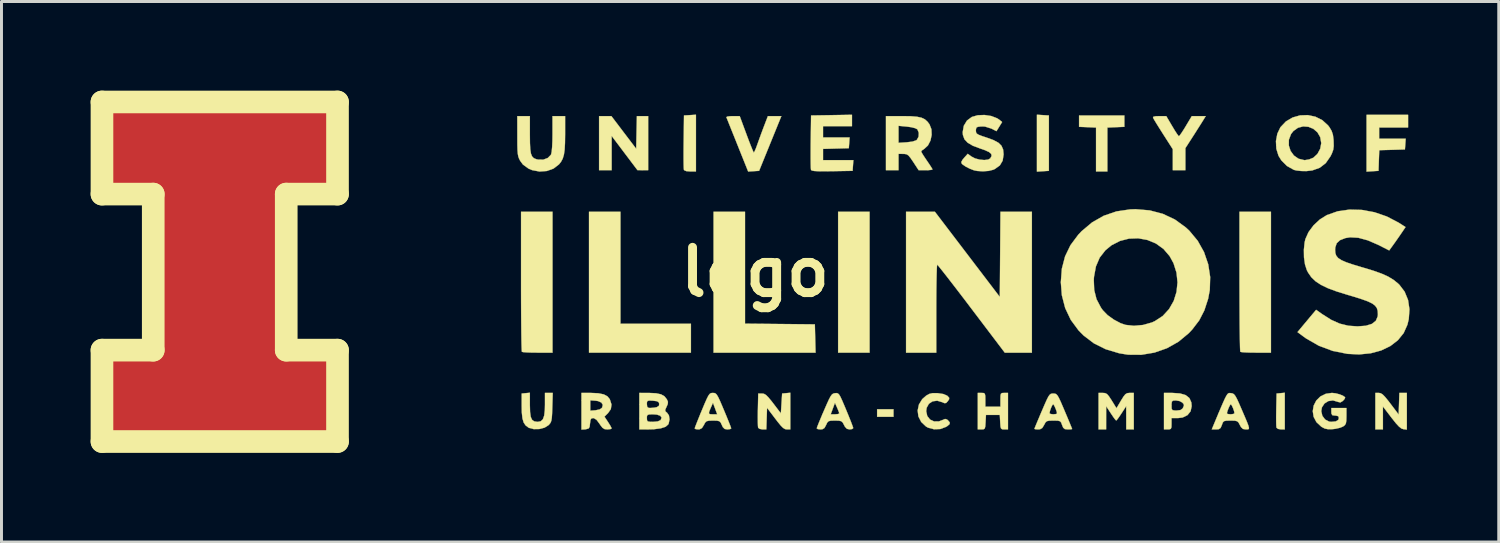
<source format=kicad_pcb>
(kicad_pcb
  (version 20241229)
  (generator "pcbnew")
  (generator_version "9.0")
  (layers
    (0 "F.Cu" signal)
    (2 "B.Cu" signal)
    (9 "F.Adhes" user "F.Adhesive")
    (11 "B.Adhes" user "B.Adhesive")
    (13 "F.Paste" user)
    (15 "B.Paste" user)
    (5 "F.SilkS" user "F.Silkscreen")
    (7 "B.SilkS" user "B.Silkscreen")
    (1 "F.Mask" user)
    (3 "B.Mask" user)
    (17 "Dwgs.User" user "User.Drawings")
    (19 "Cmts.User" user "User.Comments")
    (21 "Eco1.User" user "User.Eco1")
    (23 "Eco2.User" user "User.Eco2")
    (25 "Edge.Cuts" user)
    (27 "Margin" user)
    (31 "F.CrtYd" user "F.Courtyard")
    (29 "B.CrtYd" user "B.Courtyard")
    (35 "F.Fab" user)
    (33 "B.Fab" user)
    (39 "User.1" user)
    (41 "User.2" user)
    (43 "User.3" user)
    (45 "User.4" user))
  (footprint "logo"
    (layer "F.Cu")
    (at 22.356 6.106)
    (property "Reference" "logo" (at 0 0 0) (layer "F.SilkS") (effects (font (size 1.524 1.524) (thickness 0.3))))
    (attr through_hole)
    (fp_poly (pts (xy -14.055 -2.625) (xy -15.79 -2.625) (xy -15.79 2.625) (xy -14.055 2.625) (xy -14.055 5.715) (xy -21.971 5.715) (xy -21.971 2.625) (xy -20.235 2.625) (xy -20.235 -2.625) (xy -21.971 -2.625) (xy -21.971 -5.715) (xy -14.055 -5.715) (xy -14.055 -2.625)) (stroke (width 0.01) (type solid)) (fill yes) (layer "F.Cu"))
    (fp_poly (pts (xy -14.055 -2.625) (xy -15.79 -2.625) (xy -15.79 2.625) (xy -14.055 2.625) (xy -14.055 5.715) (xy -21.971 5.715) (xy -21.971 2.625) (xy -20.235 2.625) (xy -20.235 -2.625) (xy -21.971 -2.625) (xy -21.971 -5.715) (xy -14.055 -5.715) (xy -14.055 -2.625)) (stroke (width 0.01) (type solid)) (fill yes) (layer "F.Mask"))
    (fp_line (start -21.975 -5.725) (end -14.05 -5.725) (stroke (width 0.762) (type solid)) (layer "F.SilkS"))
    (fp_line (start -21.975 -2.625) (end -21.975 -5.725) (stroke (width 0.762) (type solid)) (layer "F.SilkS"))
    (fp_line (start -21.975 2.625) (end -20.25 2.625) (stroke (width 0.762) (type solid)) (layer "F.SilkS"))
    (fp_line (start -21.975 5.7) (end -21.975 2.625) (stroke (width 0.762) (type solid)) (layer "F.SilkS"))
    (fp_line (start -20.25 -2.625) (end -21.975 -2.625) (stroke (width 0.762) (type solid)) (layer "F.SilkS"))
    (fp_line (start -20.25 2.625) (end -20.25 -2.625) (stroke (width 0.762) (type solid)) (layer "F.SilkS"))
    (fp_line (start -15.775 -2.625) (end -15.775 2.625) (stroke (width 0.762) (type solid)) (layer "F.SilkS"))
    (fp_line (start -15.775 2.625) (end -14.05 2.625) (stroke (width 0.762) (type solid)) (layer "F.SilkS"))
    (fp_line (start -14.05 -5.725) (end -14.05 -2.625) (stroke (width 0.762) (type solid)) (layer "F.SilkS"))
    (fp_line (start -14.05 -2.625) (end -15.775 -2.625) (stroke (width 0.762) (type solid)) (layer "F.SilkS"))
    (fp_line (start -14.05 2.625) (end -14.05 5.7) (stroke (width 0.762) (type solid)) (layer "F.SilkS"))
    (fp_line (start -14.05 5.7) (end -21.975 5.7) (stroke (width 0.762) (type solid)) (layer "F.SilkS"))
    (fp_poly (pts (xy 3.852 2.709) (xy 2.794 2.709) (xy 2.794 -2.032) (xy 3.852 -2.032) (xy 3.852 2.709)) (stroke (width 0.01) (type solid)) (fill yes) (layer "F.SilkS"))
    (fp_poly (pts (xy 4.657 4.868) (xy 4.106 4.868) (xy 4.106 4.614) (xy 4.657 4.614) (xy 4.657 4.868)) (stroke (width 0.01) (type solid)) (fill yes) (layer "F.SilkS"))
    (fp_poly (pts (xy -4.53 1.736) (xy -2.159 1.736) (xy -2.159 2.709) (xy -5.588 2.709) (xy -5.588 -2.032) (xy -4.53 -2.032) (xy -4.53 1.736)) (stroke (width 0.01) (type solid)) (fill yes) (layer "F.SilkS"))
    (fp_poly (pts (xy 9.684 -5.283) (xy 9.885 -5.271) (xy 9.885 -3.408) (xy 9.684 -3.395) (xy 9.483 -3.382) (xy 9.483 -5.296) (xy 9.684 -5.283)) (stroke (width 0.01) (type solid)) (fill yes) (layer "F.SilkS"))
    (fp_poly (pts (xy -0.339 1.734) (xy 2.011 1.757) (xy 2.023 2.233) (xy 2.035 2.709) (xy -1.397 2.709) (xy -1.397 -2.032) (xy -0.339 -2.032) (xy -0.339 1.734)) (stroke (width 0.01) (type solid)) (fill yes) (layer "F.SilkS"))
    (fp_poly (pts (xy 12.425 -4.889) (xy 12.139 -4.877) (xy 11.853 -4.864) (xy 11.853 -3.387) (xy 11.472 -3.387) (xy 11.472 -4.864) (xy 11.187 -4.877) (xy 10.901 -4.889) (xy 10.901 -5.271) (xy 12.425 -5.271) (xy 12.425 -4.889)) (stroke (width 0.01) (type solid)) (fill yes) (layer "F.SilkS"))
    (fp_poly (pts (xy 17.822 5.292) (xy 17.694 5.292) (xy 17.597 5.275) (xy 17.545 5.237) (xy 17.537 5.175) (xy 17.533 5.047) (xy 17.532 4.87) (xy 17.535 4.663) (xy 17.535 4.633) (xy 17.547 4.085) (xy 17.685 4.072) (xy 17.822 4.059) (xy 17.822 5.292)) (stroke (width 0.01) (type solid)) (fill yes) (layer "F.SilkS"))
    (fp_poly (pts (xy 21.971 -4.868) (xy 20.997 -4.868) (xy 20.997 -4.487) (xy 21.891 -4.487) (xy 21.878 -4.307) (xy 21.865 -4.128) (xy 21.433 -4.115) (xy 21.001 -4.103) (xy 20.988 -3.756) (xy 20.976 -3.408) (xy 20.574 -3.382) (xy 20.574 -5.292) (xy 21.971 -5.292) (xy 21.971 -4.868)) (stroke (width 0.01) (type solid)) (fill yes) (layer "F.SilkS"))
    (fp_poly (pts (xy -4.418 -4.7) (xy -4 -4.15) (xy -3.989 -4.7) (xy -3.977 -5.249) (xy -3.598 -5.249) (xy -3.598 -3.429) (xy -3.778 -3.43) (xy -3.958 -3.432) (xy -4.392 -4.007) (xy -4.826 -4.583) (xy -4.826 -3.429) (xy -5.249 -3.429) (xy -5.249 -5.249) (xy -4.835 -5.249) (xy -4.418 -4.7)) (stroke (width 0.01) (type solid)) (fill yes) (layer "F.SilkS"))
    (fp_poly (pts (xy -1.99 -3.387) (xy -2.181 -3.387) (xy -2.314 -3.398) (xy -2.387 -3.43) (xy -2.394 -3.441) (xy -2.4 -3.498) (xy -2.404 -3.626) (xy -2.406 -3.812) (xy -2.406 -4.042) (xy -2.404 -4.304) (xy -2.403 -4.383) (xy -2.392 -5.271) (xy -2.191 -5.283) (xy -1.99 -5.296) (xy -1.99 -3.387)) (stroke (width 0.01) (type solid)) (fill yes) (layer "F.SilkS"))
    (fp_poly (pts (xy -6.816 2.709) (xy -7.317 2.709) (xy -7.515 2.707) (xy -7.681 2.701) (xy -7.797 2.692) (xy -7.846 2.681) (xy -7.851 2.635) (xy -7.856 2.511) (xy -7.861 2.319) (xy -7.865 2.065) (xy -7.868 1.757) (xy -7.871 1.403) (xy -7.873 1.012) (xy -7.874 0.589) (xy -7.874 0.31) (xy -7.874 -2.032) (xy -6.816 -2.032) (xy -6.816 2.709)) (stroke (width 0.01) (type solid)) (fill yes) (layer "F.SilkS"))
    (fp_poly (pts (xy 17.357 2.709) (xy 16.856 2.709) (xy 16.658 2.707) (xy 16.492 2.701) (xy 16.375 2.692) (xy 16.327 2.681) (xy 16.321 2.635) (xy 16.316 2.511) (xy 16.312 2.319) (xy 16.308 2.065) (xy 16.304 1.757) (xy 16.302 1.403) (xy 16.3 1.012) (xy 16.299 0.589) (xy 16.298 0.31) (xy 16.298 -2.032) (xy 17.357 -2.032) (xy 17.357 2.709)) (stroke (width 0.01) (type solid)) (fill yes) (layer "F.SilkS"))
    (fp_poly (pts (xy 21.049 4.075) (xy 21.114 4.115) (xy 21.194 4.196) (xy 21.303 4.329) (xy 21.379 4.428) (xy 21.654 4.792) (xy 21.666 4.428) (xy 21.678 4.064) (xy 21.929 4.064) (xy 21.929 5.297) (xy 21.813 5.284) (xy 21.745 5.261) (xy 21.666 5.198) (xy 21.563 5.087) (xy 21.427 4.916) (xy 21.411 4.895) (xy 21.124 4.52) (xy 21.124 5.292) (xy 20.87 5.292) (xy 20.87 4.064) (xy 20.987 4.064) (xy 21.049 4.075)) (stroke (width 0.01) (type solid)) (fill yes) (layer "F.SilkS"))
    (fp_poly (pts (xy 8.234 0.835) (xy 8.245 -0.599) (xy 8.256 -2.032) (xy 9.313 -2.032) (xy 9.313 2.709) (xy 8.401 2.709) (xy 7.28 1.23) (xy 7.046 0.921) (xy 6.826 0.634) (xy 6.627 0.375) (xy 6.454 0.152) (xy 6.312 -0.029) (xy 6.207 -0.16) (xy 6.144 -0.236) (xy 6.128 -0.252) (xy 6.12 -0.211) (xy 6.114 -0.096) (xy 6.108 0.085) (xy 6.103 0.321) (xy 6.099 0.605) (xy 6.097 0.925) (xy 6.096 1.228) (xy 6.096 2.709) (xy 5.08 2.709) (xy 5.08 -2.032) (xy 5.565 -2.032) (xy 6.049 -2.032) (xy 8.234 0.835)) (stroke (width 0.01) (type solid)) (fill yes) (layer "F.SilkS"))
    (fp_poly (pts (xy -0.29 -4.636) (xy -0.211 -4.425) (xy -0.141 -4.245) (xy -0.086 -4.111) (xy -0.051 -4.034) (xy -0.042 -4.022) (xy -0.019 -4.059) (xy 0.023 -4.154) (xy 0.072 -4.286) (xy 0.133 -4.457) (xy 0.209 -4.666) (xy 0.286 -4.872) (xy 0.297 -4.9) (xy 0.431 -5.249) (xy 0.884 -5.249) (xy 0.135 -3.408) (xy -0.233 -3.385) (xy -0.593 -4.282) (xy -0.696 -4.54) (xy -0.79 -4.773) (xy -0.868 -4.968) (xy -0.926 -5.113) (xy -0.96 -5.198) (xy -0.967 -5.214) (xy -0.937 -5.233) (xy -0.844 -5.246) (xy -0.749 -5.249) (xy -0.517 -5.249) (xy -0.29 -4.636)) (stroke (width 0.01) (type solid)) (fill yes) (layer "F.SilkS"))
    (fp_poly (pts (xy 3.26 -4.911) (xy 2.286 -4.911) (xy 2.286 -4.53) (xy 3.18 -4.53) (xy 3.167 -4.35) (xy 3.154 -4.17) (xy 2.72 -4.158) (xy 2.286 -4.146) (xy 2.286 -3.768) (xy 3.307 -3.768) (xy 3.294 -3.588) (xy 3.281 -3.408) (xy 2.592 -3.396) (xy 2.322 -3.393) (xy 2.126 -3.395) (xy 1.995 -3.402) (xy 1.918 -3.416) (xy 1.884 -3.436) (xy 1.882 -3.44) (xy 1.876 -3.497) (xy 1.872 -3.625) (xy 1.87 -3.812) (xy 1.87 -4.043) (xy 1.871 -4.304) (xy 1.872 -4.383) (xy 1.884 -5.271) (xy 2.572 -5.282) (xy 3.26 -5.294) (xy 3.26 -4.911)) (stroke (width 0.01) (type solid)) (fill yes) (layer "F.SilkS"))
    (fp_poly (pts (xy 1.185 5.292) (xy 1.068 5.292) (xy 1.007 5.281) (xy 0.942 5.241) (xy 0.861 5.16) (xy 0.753 5.027) (xy 0.677 4.928) (xy 0.402 4.564) (xy 0.39 4.928) (xy 0.378 5.292) (xy 0.251 5.292) (xy 0.154 5.275) (xy 0.103 5.237) (xy 0.096 5.175) (xy 0.092 5.047) (xy 0.091 4.87) (xy 0.093 4.663) (xy 0.094 4.633) (xy 0.106 4.085) (xy 0.232 4.085) (xy 0.298 4.094) (xy 0.363 4.131) (xy 0.441 4.206) (xy 0.546 4.332) (xy 0.613 4.419) (xy 0.868 4.753) (xy 0.889 4.419) (xy 0.91 4.085) (xy 1.048 4.072) (xy 1.185 4.059) (xy 1.185 5.292)) (stroke (width 0.01) (type solid)) (fill yes) (layer "F.SilkS"))
    (fp_poly (pts (xy 14.034 -4.911) (xy 14.123 -4.763) (xy 14.198 -4.648) (xy 14.248 -4.582) (xy 14.26 -4.572) (xy 14.293 -4.606) (xy 14.357 -4.697) (xy 14.442 -4.829) (xy 14.491 -4.911) (xy 14.694 -5.249) (xy 15.162 -5.249) (xy 15.065 -5.091) (xy 15 -4.987) (xy 14.904 -4.836) (xy 14.793 -4.661) (xy 14.723 -4.552) (xy 14.478 -4.172) (xy 14.478 -3.429) (xy 14.055 -3.429) (xy 14.055 -4.135) (xy 13.732 -4.639) (xy 13.614 -4.825) (xy 13.512 -4.988) (xy 13.436 -5.113) (xy 13.394 -5.186) (xy 13.389 -5.196) (xy 13.402 -5.229) (xy 13.481 -5.245) (xy 13.602 -5.249) (xy 13.835 -5.249) (xy 14.034 -4.911)) (stroke (width 0.01) (type solid)) (fill yes) (layer "F.SilkS"))
    (fp_poly (pts (xy 7.693 4.068) (xy 7.73 4.094) (xy 7.745 4.162) (xy 7.747 4.293) (xy 7.747 4.297) (xy 7.747 4.53) (xy 8.255 4.53) (xy 8.255 4.297) (xy 8.257 4.164) (xy 8.271 4.094) (xy 8.308 4.068) (xy 8.38 4.064) (xy 8.509 4.064) (xy 8.509 5.292) (xy 8.384 5.292) (xy 8.314 5.287) (xy 8.275 5.261) (xy 8.257 5.192) (xy 8.247 5.06) (xy 8.247 5.048) (xy 8.234 4.805) (xy 7.768 4.805) (xy 7.755 5.048) (xy 7.746 5.185) (xy 7.729 5.258) (xy 7.692 5.286) (xy 7.624 5.292) (xy 7.618 5.292) (xy 7.493 5.292) (xy 7.493 4.064) (xy 7.62 4.064) (xy 7.693 4.068)) (stroke (width 0.01) (type solid)) (fill yes) (layer "F.SilkS"))
    (fp_poly (pts (xy 11.778 4.071) (xy 11.841 4.103) (xy 11.905 4.176) (xy 11.99 4.305) (xy 12.001 4.322) (xy 12.16 4.58) (xy 12.312 4.322) (xy 12.397 4.185) (xy 12.46 4.108) (xy 12.521 4.073) (xy 12.597 4.064) (xy 12.603 4.064) (xy 12.742 4.064) (xy 12.742 5.292) (xy 12.488 5.292) (xy 12.488 4.9) (xy 12.487 4.508) (xy 12.329 4.751) (xy 12.247 4.873) (xy 12.183 4.96) (xy 12.15 4.994) (xy 12.15 4.994) (xy 12.118 4.961) (xy 12.054 4.876) (xy 11.973 4.755) (xy 11.97 4.751) (xy 11.812 4.508) (xy 11.811 5.292) (xy 11.557 5.292) (xy 11.557 4.064) (xy 11.699 4.064) (xy 11.778 4.071)) (stroke (width 0.01) (type solid)) (fill yes) (layer "F.SilkS"))
    (fp_poly (pts (xy -7.578 4.478) (xy -7.571 4.71) (xy -7.549 4.869) (xy -7.504 4.969) (xy -7.432 5.021) (xy -7.326 5.038) (xy -7.312 5.038) (xy -7.211 5.018) (xy -7.14 4.951) (xy -7.096 4.828) (xy -7.074 4.639) (xy -7.07 4.457) (xy -7.07 4.064) (xy -6.808 4.064) (xy -6.823 4.55) (xy -6.83 4.761) (xy -6.84 4.905) (xy -6.856 5.001) (xy -6.882 5.067) (xy -6.922 5.12) (xy -6.951 5.15) (xy -7.084 5.233) (xy -7.262 5.279) (xy -7.447 5.282) (xy -7.607 5.24) (xy -7.622 5.232) (xy -7.72 5.159) (xy -7.787 5.059) (xy -7.828 4.918) (xy -7.849 4.72) (xy -7.853 4.513) (xy -7.853 4.085) (xy -7.715 4.072) (xy -7.578 4.059) (xy -7.578 4.478)) (stroke (width 0.01) (type solid)) (fill yes) (layer "F.SilkS"))
    (fp_poly (pts (xy 14.298 4.082) (xy 14.489 4.139) (xy 14.613 4.238) (xy 14.678 4.383) (xy 14.69 4.509) (xy 14.653 4.682) (xy 14.548 4.812) (xy 14.386 4.891) (xy 14.227 4.911) (xy 14.012 4.911) (xy 14.012 5.101) (xy 14.009 5.218) (xy 13.987 5.274) (xy 13.933 5.291) (xy 13.885 5.292) (xy 13.758 5.292) (xy 13.758 4.487) (xy 14.012 4.487) (xy 14.016 4.596) (xy 14.045 4.644) (xy 14.122 4.656) (xy 14.18 4.657) (xy 14.31 4.642) (xy 14.382 4.591) (xy 14.392 4.575) (xy 14.429 4.493) (xy 14.42 4.44) (xy 14.369 4.385) (xy 14.282 4.338) (xy 14.163 4.318) (xy 14.157 4.318) (xy 14.065 4.323) (xy 14.023 4.356) (xy 14.013 4.439) (xy 14.012 4.487) (xy 13.758 4.487) (xy 13.758 4.064) (xy 14.035 4.064) (xy 14.298 4.082)) (stroke (width 0.01) (type solid)) (fill yes) (layer "F.SilkS"))
    (fp_poly (pts (xy 6.122 4.072) (xy 6.147 4.073) (xy 6.336 4.102) (xy 6.461 4.156) (xy 6.474 4.167) (xy 6.53 4.227) (xy 6.527 4.279) (xy 6.486 4.34) (xy 6.427 4.404) (xy 6.368 4.408) (xy 6.299 4.377) (xy 6.128 4.326) (xy 5.972 4.347) (xy 5.848 4.429) (xy 5.773 4.565) (xy 5.757 4.678) (xy 5.793 4.842) (xy 5.887 4.96) (xy 6.024 5.024) (xy 6.184 5.023) (xy 6.308 4.976) (xy 6.393 4.94) (xy 6.455 4.957) (xy 6.488 4.984) (xy 6.549 5.055) (xy 6.545 5.113) (xy 6.47 5.178) (xy 6.424 5.207) (xy 6.233 5.279) (xy 6.02 5.287) (xy 5.82 5.233) (xy 5.753 5.196) (xy 5.59 5.042) (xy 5.495 4.856) (xy 5.47 4.654) (xy 5.513 4.454) (xy 5.624 4.273) (xy 5.757 4.156) (xy 5.864 4.097) (xy 5.973 4.071) (xy 6.122 4.072)) (stroke (width 0.01) (type solid)) (fill yes) (layer "F.SilkS"))
    (fp_poly (pts (xy -7.578 -4.624) (xy -7.575 -4.345) (xy -7.565 -4.139) (xy -7.543 -3.993) (xy -7.505 -3.896) (xy -7.448 -3.836) (xy -7.367 -3.801) (xy -7.301 -3.786) (xy -7.126 -3.784) (xy -6.975 -3.841) (xy -6.873 -3.945) (xy -6.863 -3.963) (xy -6.844 -4.05) (xy -6.829 -4.206) (xy -6.819 -4.416) (xy -6.816 -4.659) (xy -6.816 -5.249) (xy -6.392 -5.249) (xy -6.392 -4.642) (xy -6.396 -4.346) (xy -6.408 -4.12) (xy -6.433 -3.949) (xy -6.473 -3.817) (xy -6.531 -3.71) (xy -6.599 -3.625) (xy -6.782 -3.484) (xy -7.006 -3.403) (xy -7.253 -3.385) (xy -7.501 -3.432) (xy -7.621 -3.482) (xy -7.812 -3.621) (xy -7.905 -3.747) (xy -7.941 -3.818) (xy -7.967 -3.891) (xy -7.984 -3.983) (xy -7.994 -4.109) (xy -7.999 -4.285) (xy -8 -4.527) (xy -8 -4.583) (xy -8.001 -5.249) (xy -7.578 -5.249) (xy -7.578 -4.624)) (stroke (width 0.01) (type solid)) (fill yes) (layer "F.SilkS"))
    (fp_poly (pts (xy -5.275 4.076) (xy -5.09 4.114) (xy -4.964 4.183) (xy -4.888 4.278) (xy -4.831 4.454) (xy -4.854 4.61) (xy -4.947 4.742) (xy -5.068 4.863) (xy -4.947 5.046) (xy -4.878 5.155) (xy -4.835 5.236) (xy -4.826 5.26) (xy -4.863 5.281) (xy -4.954 5.291) (xy -4.97 5.292) (xy -5.063 5.282) (xy -5.133 5.239) (xy -5.207 5.145) (xy -5.235 5.101) (xy -5.335 4.969) (xy -5.424 4.914) (xy -5.448 4.911) (xy -5.508 4.923) (xy -5.539 4.976) (xy -5.554 5.091) (xy -5.567 5.204) (xy -5.599 5.259) (xy -5.669 5.28) (xy -5.71 5.29) (xy -5.842 5.297) (xy -5.842 4.662) (xy -5.546 4.662) (xy -5.37 4.649) (xy -5.227 4.619) (xy -5.148 4.561) (xy -5.124 4.464) (xy -5.175 4.386) (xy -5.292 4.337) (xy -5.37 4.326) (xy -5.546 4.313) (xy -5.546 4.662) (xy -5.842 4.662) (xy -5.842 4.064) (xy -5.531 4.064) (xy -5.275 4.076)) (stroke (width 0.01) (type solid)) (fill yes) (layer "F.SilkS"))
    (fp_poly (pts (xy 19.534 4.078) (xy 19.665 4.112) (xy 19.778 4.157) (xy 19.846 4.205) (xy 19.854 4.225) (xy 19.826 4.279) (xy 19.773 4.336) (xy 19.693 4.385) (xy 19.61 4.366) (xy 19.607 4.364) (xy 19.443 4.316) (xy 19.287 4.339) (xy 19.157 4.421) (xy 19.072 4.551) (xy 19.05 4.678) (xy 19.086 4.835) (xy 19.18 4.959) (xy 19.314 5.029) (xy 19.383 5.038) (xy 19.54 5.022) (xy 19.623 4.971) (xy 19.643 4.906) (xy 19.62 4.847) (xy 19.541 4.827) (xy 19.516 4.826) (xy 19.426 4.816) (xy 19.393 4.766) (xy 19.389 4.699) (xy 19.389 4.572) (xy 19.897 4.572) (xy 19.897 4.846) (xy 19.893 4.998) (xy 19.878 5.091) (xy 19.843 5.149) (xy 19.786 5.193) (xy 19.68 5.237) (xy 19.531 5.271) (xy 19.436 5.283) (xy 19.279 5.286) (xy 19.167 5.263) (xy 19.06 5.206) (xy 19.05 5.199) (xy 18.887 5.047) (xy 18.793 4.868) (xy 18.764 4.678) (xy 18.795 4.491) (xy 18.882 4.321) (xy 19.02 4.184) (xy 19.205 4.093) (xy 19.41 4.064) (xy 19.534 4.078)) (stroke (width 0.01) (type solid)) (fill yes) (layer "F.SilkS"))
    (fp_poly (pts (xy 4.964 -5.249) (xy 5.24 -5.245) (xy 5.447 -5.228) (xy 5.6 -5.195) (xy 5.713 -5.141) (xy 5.802 -5.061) (xy 5.869 -4.971) (xy 5.933 -4.807) (xy 5.941 -4.617) (xy 5.901 -4.427) (xy 5.816 -4.262) (xy 5.693 -4.148) (xy 5.687 -4.145) (xy 5.613 -4.094) (xy 5.588 -4.059) (xy 5.611 -4.011) (xy 5.671 -3.913) (xy 5.757 -3.785) (xy 5.779 -3.753) (xy 5.868 -3.622) (xy 5.935 -3.518) (xy 5.968 -3.46) (xy 5.969 -3.455) (xy 5.931 -3.441) (xy 5.832 -3.431) (xy 5.736 -3.429) (xy 5.504 -3.429) (xy 5.324 -3.703) (xy 5.229 -3.842) (xy 5.16 -3.925) (xy 5.099 -3.965) (xy 5.026 -3.977) (xy 4.985 -3.978) (xy 4.826 -3.979) (xy 4.826 -3.429) (xy 4.403 -3.429) (xy 4.403 -4.35) (xy 4.826 -4.35) (xy 5.102 -4.368) (xy 5.295 -4.392) (xy 5.419 -4.434) (xy 5.446 -4.454) (xy 5.502 -4.56) (xy 5.508 -4.689) (xy 5.463 -4.799) (xy 5.453 -4.809) (xy 5.382 -4.844) (xy 5.254 -4.876) (xy 5.109 -4.896) (xy 4.826 -4.923) (xy 4.826 -4.35) (xy 4.403 -4.35) (xy 4.403 -5.249) (xy 4.964 -5.249)) (stroke (width 0.01) (type solid)) (fill yes) (layer "F.SilkS"))
    (fp_poly (pts (xy -1.368 4.068) (xy -1.326 4.085) (xy -1.286 4.129) (xy -1.239 4.209) (xy -1.178 4.339) (xy -1.096 4.53) (xy -1.047 4.647) (xy -0.961 4.853) (xy -0.889 5.031) (xy -0.835 5.167) (xy -0.807 5.246) (xy -0.804 5.26) (xy -0.841 5.282) (xy -0.93 5.292) (xy -0.931 5.292) (xy -1.023 5.277) (xy -1.084 5.217) (xy -1.119 5.144) (xy -1.159 5.059) (xy -1.206 5.015) (xy -1.285 4.998) (xy -1.417 4.995) (xy -1.553 4.999) (xy -1.632 5.017) (xy -1.681 5.064) (xy -1.723 5.144) (xy -1.787 5.246) (xy -1.862 5.287) (xy -1.913 5.292) (xy -1.999 5.282) (xy -2.032 5.26) (xy -2.017 5.212) (xy -1.974 5.1) (xy -1.91 4.939) (xy -1.834 4.752) (xy -1.554 4.752) (xy -1.52 4.779) (xy -1.434 4.784) (xy -1.42 4.784) (xy -1.274 4.784) (xy -1.417 4.397) (xy -1.489 4.559) (xy -1.542 4.685) (xy -1.554 4.752) (xy -1.834 4.752) (xy -1.83 4.744) (xy -1.79 4.646) (xy -1.696 4.422) (xy -1.626 4.264) (xy -1.574 4.161) (xy -1.531 4.101) (xy -1.491 4.073) (xy -1.446 4.065) (xy -1.419 4.065) (xy -1.368 4.068)) (stroke (width 0.01) (type solid)) (fill yes) (layer "F.SilkS"))
    (fp_poly (pts (xy 2.786 4.081) (xy 2.825 4.117) (xy 2.87 4.191) (xy 2.927 4.313) (xy 3.005 4.495) (xy 3.063 4.633) (xy 3.147 4.838) (xy 3.219 5.017) (xy 3.271 5.155) (xy 3.299 5.235) (xy 3.302 5.249) (xy 3.265 5.28) (xy 3.183 5.292) (xy 3.091 5.273) (xy 3.025 5.204) (xy 2.993 5.144) (xy 2.948 5.059) (xy 2.897 5.015) (xy 2.815 4.998) (xy 2.687 4.995) (xy 2.551 4.998) (xy 2.473 5.016) (xy 2.428 5.061) (xy 2.389 5.144) (xy 2.334 5.245) (xy 2.265 5.286) (xy 2.201 5.292) (xy 2.112 5.282) (xy 2.074 5.257) (xy 2.074 5.257) (xy 2.09 5.208) (xy 2.134 5.095) (xy 2.2 4.935) (xy 2.264 4.784) (xy 2.544 4.784) (xy 2.69 4.784) (xy 2.786 4.776) (xy 2.832 4.756) (xy 2.833 4.752) (xy 2.815 4.696) (xy 2.775 4.596) (xy 2.759 4.559) (xy 2.687 4.397) (xy 2.544 4.784) (xy 2.264 4.784) (xy 2.282 4.741) (xy 2.32 4.654) (xy 2.417 4.432) (xy 2.488 4.277) (xy 2.543 4.175) (xy 2.588 4.115) (xy 2.631 4.086) (xy 2.68 4.074) (xy 2.694 4.072) (xy 2.745 4.07) (xy 2.786 4.081)) (stroke (width 0.01) (type solid)) (fill yes) (layer "F.SilkS"))
    (fp_poly (pts (xy 18.853 -5.229) (xy 19.085 -5.113) (xy 19.28 -4.935) (xy 19.324 -4.877) (xy 19.399 -4.75) (xy 19.442 -4.621) (xy 19.463 -4.453) (xy 19.465 -4.411) (xy 19.469 -4.241) (xy 19.452 -4.114) (xy 19.406 -3.989) (xy 19.359 -3.895) (xy 19.2 -3.667) (xy 18.998 -3.511) (xy 18.747 -3.422) (xy 18.547 -3.399) (xy 18.377 -3.402) (xy 18.221 -3.419) (xy 18.129 -3.441) (xy 17.896 -3.571) (xy 17.705 -3.763) (xy 17.611 -3.916) (xy 17.538 -4.151) (xy 17.533 -4.26) (xy 17.958 -4.26) (xy 18.017 -4.078) (xy 18.129 -3.924) (xy 18.285 -3.815) (xy 18.475 -3.769) (xy 18.5 -3.768) (xy 18.639 -3.791) (xy 18.778 -3.847) (xy 18.788 -3.853) (xy 18.921 -3.978) (xy 19.015 -4.151) (xy 19.05 -4.339) (xy 19.05 -4.339) (xy 19.015 -4.542) (xy 18.921 -4.704) (xy 18.783 -4.822) (xy 18.617 -4.89) (xy 18.44 -4.903) (xy 18.266 -4.857) (xy 18.112 -4.747) (xy 18.032 -4.644) (xy 17.96 -4.455) (xy 17.958 -4.26) (xy 17.533 -4.26) (xy 17.525 -4.408) (xy 17.572 -4.658) (xy 17.675 -4.873) (xy 17.676 -4.875) (xy 17.861 -5.07) (xy 18.087 -5.203) (xy 18.338 -5.274) (xy 18.598 -5.283) (xy 18.853 -5.229)) (stroke (width 0.01) (type solid)) (fill yes) (layer "F.SilkS"))
    (fp_poly (pts (xy -3.567 4.065) (xy -3.332 4.076) (xy -3.165 4.112) (xy -3.049 4.178) (xy -2.968 4.28) (xy -2.932 4.363) (xy -2.939 4.44) (xy -2.978 4.529) (xy -3.021 4.624) (xy -3.021 4.677) (xy -2.977 4.72) (xy -2.963 4.729) (xy -2.899 4.821) (xy -2.879 4.953) (xy -2.907 5.092) (xy -2.921 5.123) (xy -3.009 5.201) (xy -3.173 5.256) (xy -3.406 5.286) (xy -3.588 5.291) (xy -3.895 5.292) (xy -3.895 4.911) (xy -3.641 4.911) (xy -3.636 4.987) (xy -3.607 5.024) (xy -3.531 5.036) (xy -3.434 5.038) (xy -3.274 5.023) (xy -3.18 4.98) (xy -3.175 4.974) (xy -3.145 4.895) (xy -3.19 4.833) (xy -3.302 4.794) (xy -3.434 4.784) (xy -3.558 4.787) (xy -3.618 4.805) (xy -3.639 4.851) (xy -3.641 4.911) (xy -3.895 4.911) (xy -3.895 4.443) (xy -3.641 4.443) (xy -3.63 4.534) (xy -3.584 4.568) (xy -3.524 4.571) (xy -3.396 4.561) (xy -3.31 4.545) (xy -3.235 4.498) (xy -3.226 4.429) (xy -3.248 4.372) (xy -3.308 4.342) (xy -3.43 4.327) (xy -3.44 4.326) (xy -3.561 4.321) (xy -3.62 4.335) (xy -3.639 4.381) (xy -3.641 4.443) (xy -3.895 4.443) (xy -3.895 4.064) (xy -3.567 4.065)) (stroke (width 0.01) (type solid)) (fill yes) (layer "F.SilkS"))
    (fp_poly (pts (xy 7.948 -5.252) (xy 8.145 -5.175) (xy 8.217 -5.128) (xy 8.312 -5.05) (xy 8.217 -4.897) (xy 8.122 -4.743) (xy 7.953 -4.829) (xy 7.731 -4.899) (xy 7.607 -4.902) (xy 7.495 -4.889) (xy 7.444 -4.859) (xy 7.43 -4.793) (xy 7.429 -4.766) (xy 7.434 -4.705) (xy 7.459 -4.661) (xy 7.521 -4.622) (xy 7.634 -4.578) (xy 7.781 -4.53) (xy 8.02 -4.443) (xy 8.186 -4.354) (xy 8.29 -4.252) (xy 8.345 -4.126) (xy 8.361 -3.964) (xy 8.361 -3.961) (xy 8.33 -3.751) (xy 8.235 -3.59) (xy 8.068 -3.47) (xy 8.013 -3.445) (xy 7.86 -3.406) (xy 7.666 -3.392) (xy 7.473 -3.404) (xy 7.366 -3.426) (xy 7.221 -3.482) (xy 7.08 -3.555) (xy 6.976 -3.627) (xy 6.954 -3.649) (xy 6.938 -3.703) (xy 6.979 -3.78) (xy 7.031 -3.843) (xy 7.155 -3.981) (xy 7.28 -3.889) (xy 7.404 -3.825) (xy 7.557 -3.785) (xy 7.712 -3.771) (xy 7.841 -3.786) (xy 7.911 -3.825) (xy 7.958 -3.907) (xy 7.945 -3.978) (xy 7.866 -4.044) (xy 7.713 -4.112) (xy 7.578 -4.158) (xy 7.327 -4.252) (xy 7.153 -4.354) (xy 7.044 -4.471) (xy 6.993 -4.613) (xy 6.985 -4.71) (xy 7.023 -4.924) (xy 7.129 -5.099) (xy 7.293 -5.221) (xy 7.491 -5.278) (xy 7.72 -5.287) (xy 7.948 -5.252)) (stroke (width 0.01) (type solid)) (fill yes) (layer "F.SilkS"))
    (fp_poly (pts (xy 15.989 4.07) (xy 16.013 4.072) (xy 16.067 4.082) (xy 16.112 4.108) (xy 16.156 4.162) (xy 16.209 4.256) (xy 16.278 4.405) (xy 16.367 4.61) (xy 16.473 4.856) (xy 16.548 5.034) (xy 16.595 5.156) (xy 16.616 5.232) (xy 16.614 5.273) (xy 16.59 5.289) (xy 16.547 5.292) (xy 16.512 5.292) (xy 16.416 5.277) (xy 16.351 5.216) (xy 16.311 5.144) (xy 16.266 5.06) (xy 16.217 5.016) (xy 16.137 4.998) (xy 15.999 4.995) (xy 15.997 4.995) (xy 15.86 4.998) (xy 15.782 5.013) (xy 15.74 5.054) (xy 15.709 5.134) (xy 15.706 5.144) (xy 15.663 5.243) (xy 15.602 5.284) (xy 15.511 5.292) (xy 15.366 5.292) (xy 15.423 5.154) (xy 15.557 4.833) (xy 15.59 4.755) (xy 15.875 4.755) (xy 15.912 4.775) (xy 16.001 4.784) (xy 16.002 4.784) (xy 16.091 4.773) (xy 16.129 4.748) (xy 16.129 4.748) (xy 16.115 4.673) (xy 16.081 4.576) (xy 16.041 4.489) (xy 16.009 4.446) (xy 16.006 4.445) (xy 15.977 4.48) (xy 15.936 4.563) (xy 15.898 4.661) (xy 15.876 4.741) (xy 15.875 4.755) (xy 15.59 4.755) (xy 15.663 4.582) (xy 15.745 4.392) (xy 15.807 4.255) (xy 15.855 4.163) (xy 15.892 4.106) (xy 15.924 4.077) (xy 15.955 4.068) (xy 15.989 4.07)) (stroke (width 0.01) (type solid)) (fill yes) (layer "F.SilkS"))
    (fp_poly (pts (xy 10.086 4.088) (xy 10.128 4.103) (xy 10.169 4.143) (xy 10.215 4.218) (xy 10.274 4.341) (xy 10.353 4.523) (xy 10.418 4.676) (xy 10.505 4.882) (xy 10.578 5.058) (xy 10.633 5.191) (xy 10.664 5.267) (xy 10.668 5.279) (xy 10.631 5.288) (xy 10.54 5.292) (xy 10.523 5.292) (xy 10.422 5.281) (xy 10.366 5.234) (xy 10.329 5.144) (xy 10.298 5.06) (xy 10.258 5.016) (xy 10.185 4.998) (xy 10.054 4.995) (xy 10.038 4.995) (xy 9.899 4.998) (xy 9.818 5.015) (xy 9.769 5.059) (xy 9.725 5.142) (xy 9.724 5.144) (xy 9.662 5.245) (xy 9.589 5.286) (xy 9.526 5.292) (xy 9.436 5.287) (xy 9.398 5.275) (xy 9.398 5.274) (xy 9.414 5.231) (xy 9.457 5.125) (xy 9.523 4.968) (xy 9.604 4.776) (xy 9.616 4.748) (xy 9.906 4.748) (xy 9.943 4.773) (xy 10.031 4.784) (xy 10.033 4.784) (xy 10.122 4.775) (xy 10.16 4.755) (xy 10.16 4.755) (xy 10.145 4.685) (xy 10.11 4.589) (xy 10.069 4.499) (xy 10.035 4.448) (xy 10.029 4.445) (xy 9.998 4.48) (xy 9.959 4.564) (xy 9.924 4.662) (xy 9.906 4.741) (xy 9.906 4.748) (xy 9.616 4.748) (xy 9.649 4.671) (xy 9.746 4.446) (xy 9.817 4.288) (xy 9.87 4.184) (xy 9.914 4.124) (xy 9.954 4.095) (xy 10 4.086) (xy 10.034 4.085) (xy 10.086 4.088)) (stroke (width 0.01) (type solid)) (fill yes) (layer "F.SilkS"))
    (fp_poly (pts (xy 13.278 -2.077) (xy 13.719 -1.961) (xy 14.125 -1.77) (xy 14.49 -1.505) (xy 14.61 -1.394) (xy 14.892 -1.055) (xy 15.105 -0.675) (xy 15.246 -0.264) (xy 15.312 0.165) (xy 15.299 0.601) (xy 15.243 0.899) (xy 15.116 1.288) (xy 14.943 1.624) (xy 14.709 1.93) (xy 14.589 2.057) (xy 14.245 2.342) (xy 13.858 2.56) (xy 13.438 2.707) (xy 12.998 2.781) (xy 12.55 2.778) (xy 12.255 2.731) (xy 11.8 2.595) (xy 11.401 2.397) (xy 11.055 2.134) (xy 10.884 1.961) (xy 10.621 1.605) (xy 10.434 1.21) (xy 10.322 0.779) (xy 10.287 0.339) (xy 10.294 0.254) (xy 11.396 0.254) (xy 11.41 0.603) (xy 11.488 0.911) (xy 11.637 1.194) (xy 11.7 1.282) (xy 11.859 1.446) (xy 12.07 1.598) (xy 12.297 1.718) (xy 12.463 1.775) (xy 12.747 1.806) (xy 13.054 1.778) (xy 13.351 1.694) (xy 13.45 1.649) (xy 13.717 1.474) (xy 13.929 1.243) (xy 14.085 0.97) (xy 14.18 0.667) (xy 14.213 0.346) (xy 14.18 0.02) (xy 14.079 -0.299) (xy 13.949 -0.537) (xy 13.74 -0.781) (xy 13.485 -0.964) (xy 13.197 -1.083) (xy 12.891 -1.138) (xy 12.579 -1.127) (xy 12.275 -1.049) (xy 11.991 -0.903) (xy 11.786 -0.734) (xy 11.594 -0.487) (xy 11.467 -0.19) (xy 11.403 0.159) (xy 11.396 0.254) (xy 10.294 0.254) (xy 10.322 -0.116) (xy 10.43 -0.53) (xy 10.612 -0.907) (xy 10.872 -1.256) (xy 10.985 -1.376) (xy 11.34 -1.674) (xy 11.732 -1.897) (xy 12.16 -2.043) (xy 12.622 -2.111) (xy 12.806 -2.117) (xy 13.278 -2.077)) (stroke (width 0.01) (type solid)) (fill yes) (layer "F.SilkS"))
    (fp_poly (pts (xy 20.415 -2.093) (xy 20.839 -2.015) (xy 21.255 -1.872) (xy 21.652 -1.665) (xy 21.684 -1.645) (xy 21.885 -1.516) (xy 21.752 -1.319) (xy 21.644 -1.162) (xy 21.525 -0.992) (xy 21.477 -0.926) (xy 21.336 -0.73) (xy 20.966 -0.918) (xy 20.614 -1.07) (xy 20.297 -1.156) (xy 20.019 -1.172) (xy 19.863 -1.146) (xy 19.68 -1.075) (xy 19.57 -0.973) (xy 19.521 -0.83) (xy 19.516 -0.747) (xy 19.524 -0.64) (xy 19.555 -0.551) (xy 19.619 -0.474) (xy 19.726 -0.404) (xy 19.883 -0.334) (xy 20.103 -0.259) (xy 20.393 -0.171) (xy 20.467 -0.15) (xy 20.81 -0.046) (xy 21.083 0.052) (xy 21.302 0.151) (xy 21.48 0.259) (xy 21.632 0.381) (xy 21.678 0.425) (xy 21.856 0.659) (xy 21.97 0.938) (xy 22.017 1.249) (xy 21.994 1.579) (xy 21.949 1.768) (xy 21.823 2.05) (xy 21.628 2.291) (xy 21.374 2.487) (xy 21.067 2.635) (xy 20.715 2.73) (xy 20.327 2.769) (xy 19.931 2.75) (xy 19.435 2.651) (xy 18.967 2.476) (xy 18.538 2.23) (xy 18.454 2.169) (xy 18.25 2.018) (xy 18.465 1.76) (xy 18.583 1.619) (xy 18.693 1.487) (xy 18.773 1.392) (xy 18.779 1.385) (xy 18.877 1.268) (xy 19.08 1.412) (xy 19.384 1.605) (xy 19.67 1.733) (xy 19.961 1.804) (xy 20.269 1.825) (xy 20.547 1.805) (xy 20.753 1.742) (xy 20.887 1.636) (xy 20.95 1.486) (xy 20.955 1.415) (xy 20.948 1.302) (xy 20.92 1.208) (xy 20.861 1.128) (xy 20.764 1.055) (xy 20.617 0.984) (xy 20.412 0.91) (xy 20.14 0.824) (xy 19.949 0.768) (xy 19.576 0.653) (xy 19.276 0.542) (xy 19.04 0.428) (xy 18.856 0.307) (xy 18.715 0.171) (xy 18.607 0.015) (xy 18.564 -0.068) (xy 18.503 -0.258) (xy 18.469 -0.497) (xy 18.465 -0.755) (xy 18.49 -0.999) (xy 18.516 -1.112) (xy 18.621 -1.346) (xy 18.79 -1.574) (xy 19.002 -1.772) (xy 19.238 -1.919) (xy 19.602 -2.047) (xy 19.999 -2.104) (xy 20.415 -2.093)) (stroke (width 0.01) (type solid)) (fill yes) (layer "F.SilkS")))
  (gr_rect
    (start -3 -3)
    (end 47.378 15.187)
    (stroke (width 0.1) (type default))
    (fill no)
    (layer "Edge.Cuts")))
</source>
